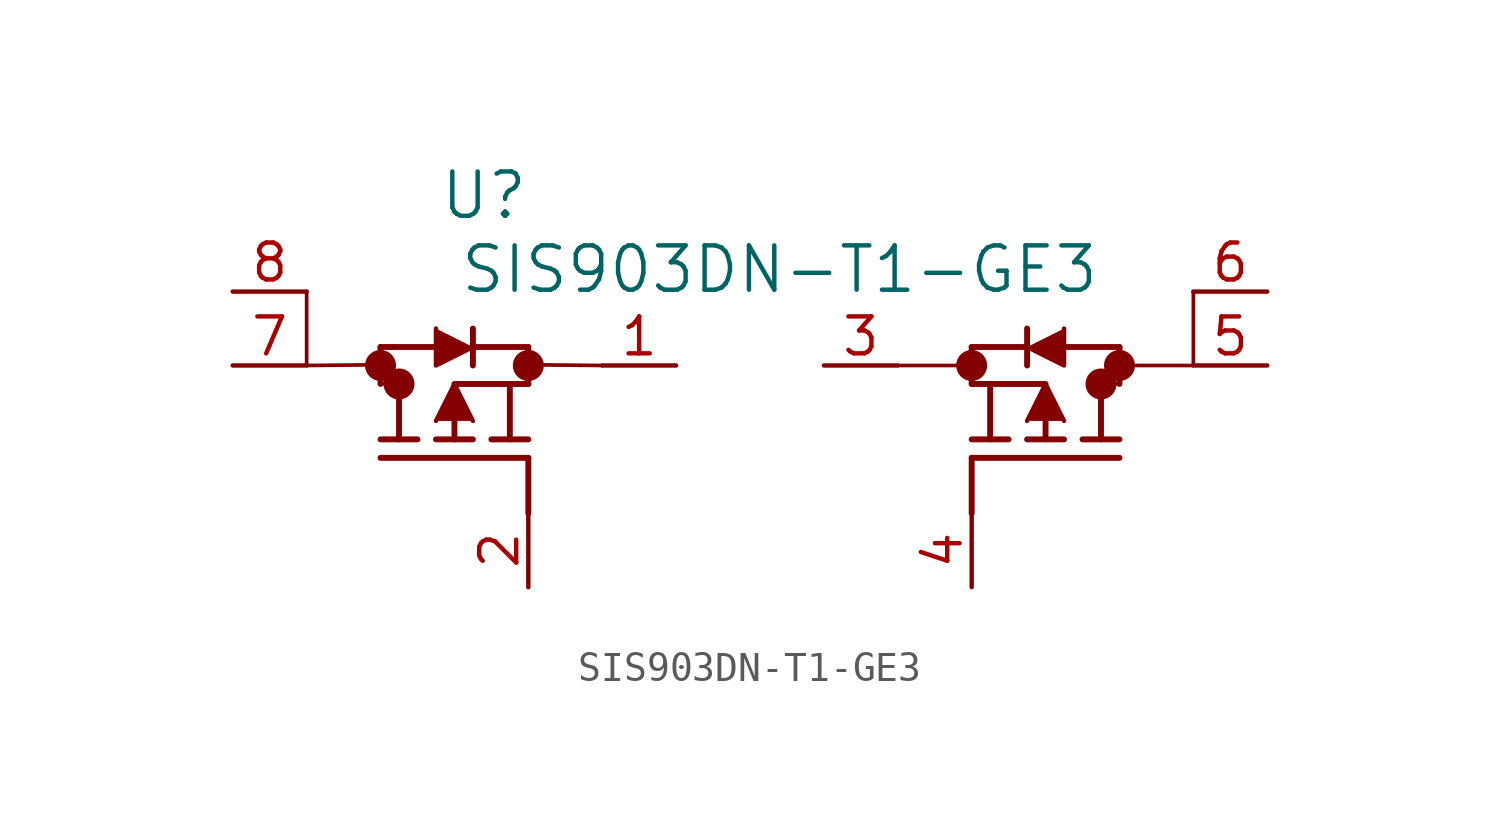
<source format=kicad_sym>
(kicad_symbol_lib
  (version 20241209)
  (generator "kicad_symbol_editor")
  (generator_version "9.0")
  (symbol "SIS903DN-T1-GE3"
    (pin_names
      (offset 0.254))
    (property "Reference" "U"
      (at -9.144 5.842 0)
      (effects (font (size 1.524 1.524))))
    (property "Value" "SIS903DN-T1-GE3"
      (at 1.016 3.302 0)
      (effects (font (size 1.524 1.524))))
    (property "ki_locked" ""
      (at 0 0 0)
      (effects (font (size 1.27 1.27))))
    (symbol "SIS903DN-T1-GE3_0_1"
      (polyline (pts (xy -15.24 0) (xy -15.24 2.54)) (stroke (width 0.127) (type default)) (fill (type none)))
      (polyline (pts (xy -12.7 0.635) (xy -10.795 0.635)) (stroke (width 0.203) (type default)) (fill (type none)))
      (polyline (pts (xy -12.7 0.025) (xy -15.24 0)) (stroke (width 0.127) (type default)) (fill (type none)))
      (circle (center -12.7 0) (radius 0.025) (stroke (width 0.508) (type default)) (fill (type none)))
      (polyline (pts (xy -12.7 -0.635) (xy -12.7 0.635)) (stroke (width 0.203) (type default)) (fill (type none)))
      (polyline (pts (xy -12.7 -2.54) (xy -11.43 -2.54)) (stroke (width 0.203) (type default)) (fill (type none)))
      (polyline (pts (xy -12.7 -3.175) (xy -7.62 -3.175)) (stroke (width 0.203) (type default)) (fill (type none)))
      (polyline (pts (xy -12.065 -0.61) (xy -12.7 -0.635)) (stroke (width 0.127) (type default)) (fill (type none)))
      (circle (center -12.065 -0.635) (radius 0.025) (stroke (width 0.508) (type default)) (fill (type none)))
      (polyline (pts (xy -12.065 -2.54) (xy -12.065 -0.635)) (stroke (width 0.203) (type default)) (fill (type none)))
      (polyline (pts (xy -10.795 1.27) (xy -10.795 0) (xy -9.525 0.635)) (stroke (width 0) (type default)) (fill (type outline)))
      (polyline (pts (xy -10.795 -2.54) (xy -9.525 -2.54)) (stroke (width 0.203) (type default)) (fill (type none)))
      (polyline (pts (xy -10.16 -1.905) (xy -10.16 -2.54)) (stroke (width 0.203) (type default)) (fill (type none)))
      (polyline (pts (xy -9.525 1.27) (xy -9.525 0)) (stroke (width 0.203) (type default)) (fill (type none)))
      (polyline (pts (xy -9.525 0.635) (xy -7.62 0.635)) (stroke (width 0.203) (type default)) (fill (type none)))
      (polyline (pts (xy -9.525 -1.905) (xy -10.16 -0.635) (xy -10.795 -1.905)) (stroke (width 0) (type default)) (fill (type outline)))
      (polyline (pts (xy -8.89 -2.54) (xy -7.62 -2.54)) (stroke (width 0.203) (type default)) (fill (type none)))
      (polyline (pts (xy -8.255 -0.635) (xy -10.16 -0.635)) (stroke (width 0.203) (type default)) (fill (type none)))
      (polyline (pts (xy -8.255 -0.635) (xy -7.62 -0.635)) (stroke (width 0.203) (type default)) (fill (type none)))
      (polyline (pts (xy -8.255 -2.54) (xy -8.255 -0.635)) (stroke (width 0.203) (type default)) (fill (type none)))
      (circle (center -7.62 0) (radius 0.025) (stroke (width 0.508) (type default)) (fill (type none)))
      (polyline (pts (xy -7.62 -0.635) (xy -7.62 0.635)) (stroke (width 0.203) (type default)) (fill (type none)))
      (polyline (pts (xy -7.62 -5.08) (xy -7.62 -3.175)) (stroke (width 0.203) (type default)) (fill (type none)))
      (polyline (pts (xy -5.08 0) (xy -7.62 0.025)) (stroke (width 0.127) (type default)) (fill (type none)))
      (polyline (pts (xy 5.08 0) (xy 7.62 0)) (stroke (width 0.127) (type default)) (fill (type none)))
      (circle (center 7.62 0) (radius 0.025) (stroke (width 0.508) (type default)) (fill (type none)))
      (polyline (pts (xy 7.62 -0.635) (xy 7.62 0.635)) (stroke (width 0.203) (type default)) (fill (type none)))
      (polyline (pts (xy 7.62 -5.08) (xy 7.62 -3.175)) (stroke (width 0.203) (type default)) (fill (type none)))
      (polyline (pts (xy 8.255 -0.635) (xy 7.62 -0.635)) (stroke (width 0.203) (type default)) (fill (type none)))
      (polyline (pts (xy 8.255 -0.635) (xy 10.16 -0.635)) (stroke (width 0.203) (type default)) (fill (type none)))
      (polyline (pts (xy 8.255 -2.54) (xy 8.255 -0.635)) (stroke (width 0.203) (type default)) (fill (type none)))
      (polyline (pts (xy 8.89 -2.54) (xy 7.62 -2.54)) (stroke (width 0.203) (type default)) (fill (type none)))
      (polyline (pts (xy 9.525 1.27) (xy 9.525 0)) (stroke (width 0.203) (type default)) (fill (type none)))
      (polyline (pts (xy 9.525 0.635) (xy 7.62 0.635)) (stroke (width 0.203) (type default)) (fill (type none)))
      (polyline (pts (xy 9.525 -1.905) (xy 10.16 -0.635) (xy 10.795 -1.905)) (stroke (width 0) (type default)) (fill (type outline)))
      (polyline (pts (xy 10.16 -1.905) (xy 10.16 -2.54)) (stroke (width 0.203) (type default)) (fill (type none)))
      (polyline (pts (xy 10.795 1.27) (xy 10.795 0) (xy 9.525 0.635)) (stroke (width 0) (type default)) (fill (type outline)))
      (polyline (pts (xy 10.795 -2.54) (xy 9.525 -2.54)) (stroke (width 0.203) (type default)) (fill (type none)))
      (polyline (pts (xy 12.065 -0.61) (xy 12.7 -0.635)) (stroke (width 0.127) (type default)) (fill (type none)))
      (circle (center 12.065 -0.635) (radius 0.025) (stroke (width 0.508) (type default)) (fill (type none)))
      (polyline (pts (xy 12.065 -2.54) (xy 12.065 -0.635)) (stroke (width 0.203) (type default)) (fill (type none)))
      (polyline (pts (xy 12.7 0.635) (xy 10.795 0.635)) (stroke (width 0.203) (type default)) (fill (type none)))
      (circle (center 12.7 0) (radius 0.025) (stroke (width 0.508) (type default)) (fill (type none)))
      (polyline (pts (xy 12.7 -0.635) (xy 12.7 0.635)) (stroke (width 0.203) (type default)) (fill (type none)))
      (polyline (pts (xy 12.7 -2.54) (xy 11.43 -2.54)) (stroke (width 0.203) (type default)) (fill (type none)))
      (polyline (pts (xy 12.7 -3.175) (xy 7.62 -3.175)) (stroke (width 0.203) (type default)) (fill (type none)))
      (polyline (pts (xy 15.24 0) (xy 12.7 0)) (stroke (width 0.127) (type default)) (fill (type none)))
      (polyline (pts (xy 15.24 0) (xy 15.24 2.54)) (stroke (width 0.127) (type default)) (fill (type none)))
      (pin bidirectional line (at -17.78 2.54 0) (length 2.54) (name "" (effects (font (size 1.27 1.27)))) (number "8" (effects (font (size 1.27 1.27)))))
      (pin bidirectional line (at -17.78 0 0) (length 2.54) (name "" (effects (font (size 1.27 1.27)))) (number "7" (effects (font (size 1.27 1.27)))))
      (pin bidirectional line (at -7.62 -7.62 90) (length 2.54) (name "" (effects (font (size 1.27 1.27)))) (number "2" (effects (font (size 1.27 1.27)))))
      (pin bidirectional line (at -2.54 0 180) (length 2.54) (name "" (effects (font (size 1.27 1.27)))) (number "1" (effects (font (size 1.27 1.27)))))
      (pin unspecified line (at 2.54 0 0) (length 2.54) (name "" (effects (font (size 1.27 1.27)))) (number "3" (effects (font (size 1.27 1.27)))))
      (pin bidirectional line (at 7.62 -7.62 90) (length 2.54) (name "" (effects (font (size 1.27 1.27)))) (number "4" (effects (font (size 1.27 1.27)))))
      (pin bidirectional line (at 17.78 2.54 180) (length 2.54) (name "" (effects (font (size 1.27 1.27)))) (number "6" (effects (font (size 1.27 1.27)))))
      (pin bidirectional line (at 17.78 0 180) (length 2.54) (name "" (effects (font (size 1.27 1.27)))) (number "5" (effects (font (size 1.27 1.27))))))))
</source>
